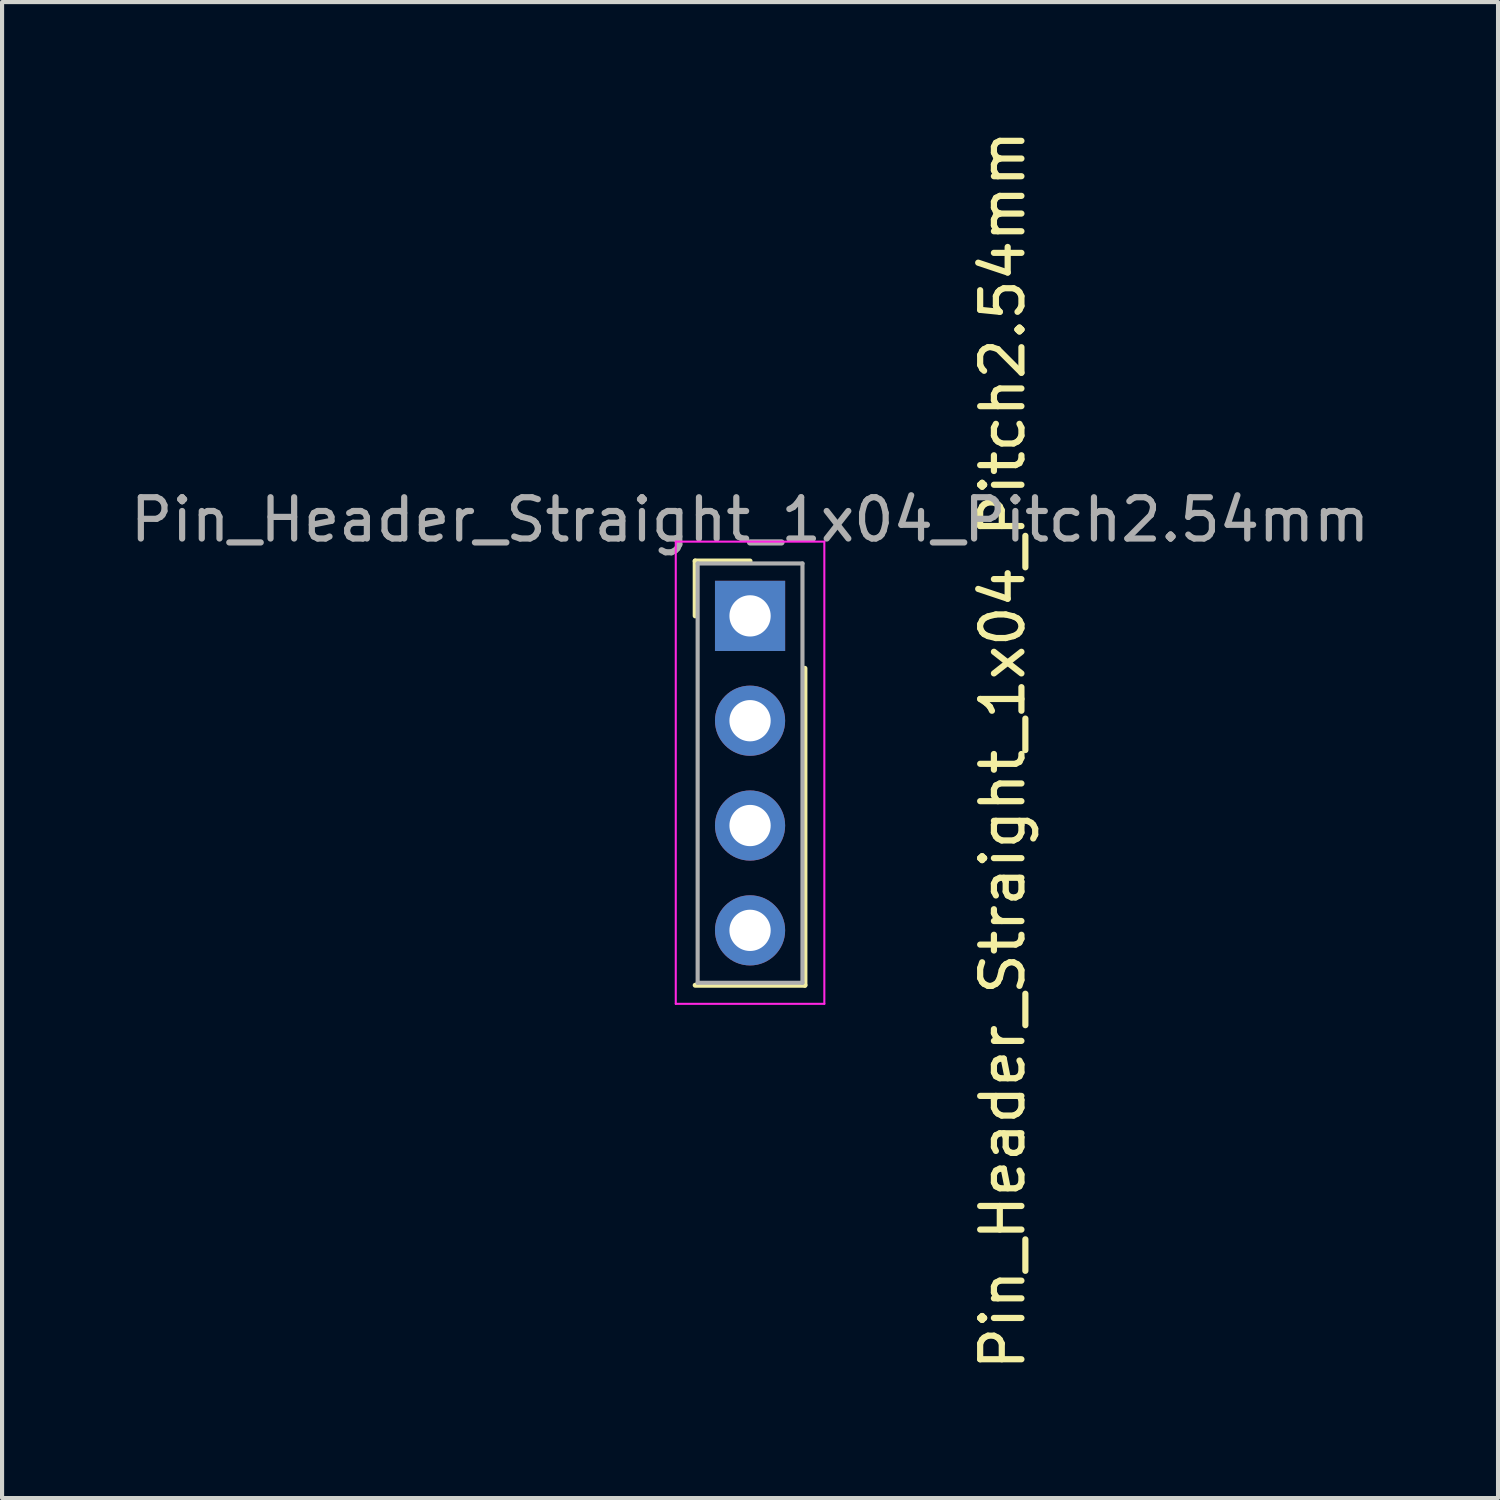
<source format=kicad_pcb>
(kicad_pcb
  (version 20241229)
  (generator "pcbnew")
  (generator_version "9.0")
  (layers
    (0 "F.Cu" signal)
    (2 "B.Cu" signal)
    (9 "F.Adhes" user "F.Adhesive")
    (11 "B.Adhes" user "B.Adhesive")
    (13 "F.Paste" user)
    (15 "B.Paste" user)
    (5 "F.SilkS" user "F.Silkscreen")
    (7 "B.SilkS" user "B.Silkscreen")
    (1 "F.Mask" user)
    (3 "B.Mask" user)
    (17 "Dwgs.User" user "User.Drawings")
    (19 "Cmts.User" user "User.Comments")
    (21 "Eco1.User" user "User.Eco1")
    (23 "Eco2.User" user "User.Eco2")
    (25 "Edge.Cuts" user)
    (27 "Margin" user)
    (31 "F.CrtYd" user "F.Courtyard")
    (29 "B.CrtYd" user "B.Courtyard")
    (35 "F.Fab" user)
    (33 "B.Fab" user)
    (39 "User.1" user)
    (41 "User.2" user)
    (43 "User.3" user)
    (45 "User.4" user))
  (footprint "Pin_Header_Straight_1x04_Pitch2.54mm"
    (layer "F.Cu")
    (at 15.125 11.874)
    (property "Reference" "Pin_Header_Straight_1x04_Pitch2.54mm" (at 6.121 3.251 90) (layer "F.SilkS") (effects (font (size 1 1) (thickness 0.15))))
    (attr through_hole)
    (fp_line (start -1.33 -1.33) (end 0 -1.33) (stroke (width 0.12) (type solid)) (layer "F.SilkS"))
    (fp_line (start -1.33 0) (end -1.33 -1.33) (stroke (width 0.12) (type solid)) (layer "F.SilkS"))
    (fp_line (start -1.33 8.95) (end 1.33 8.95) (stroke (width 0.12) (type solid)) (layer "F.SilkS"))
    (fp_line (start 1.33 8.95) (end 1.33 1.27) (stroke (width 0.12) (type solid)) (layer "F.SilkS"))
    (fp_line (start -1.8 -1.8) (end -1.8 9.4) (stroke (width 0.05) (type solid)) (layer "F.CrtYd"))
    (fp_line (start -1.8 9.4) (end 1.8 9.4) (stroke (width 0.05) (type solid)) (layer "F.CrtYd"))
    (fp_line (start 1.8 -1.8) (end -1.8 -1.8) (stroke (width 0.05) (type solid)) (layer "F.CrtYd"))
    (fp_line (start 1.8 9.4) (end 1.8 -1.8) (stroke (width 0.05) (type solid)) (layer "F.CrtYd"))
    (fp_line (start -1.27 -1.27) (end -1.27 8.89) (stroke (width 0.1) (type solid)) (layer "F.Fab"))
    (fp_line (start -1.27 8.89) (end 1.27 8.89) (stroke (width 0.1) (type solid)) (layer "F.Fab"))
    (fp_line (start 1.27 -1.27) (end -1.27 -1.27) (stroke (width 0.1) (type solid)) (layer "F.Fab"))
    (fp_line (start 1.27 8.89) (end 1.27 -1.27) (stroke (width 0.1) (type solid)) (layer "F.Fab"))
    (fp_text user "${REFERENCE}" (at 0 -2.33 0) (layer "F.Fab") (effects (font (size 1 1) (thickness 0.15))))
    (pad "1" thru_hole rect (at 0 0) (size 1.7 1.7) (drill 1) (layers "*.Cu" "*.Mask"))
    (pad "2" thru_hole oval (at 0 2.54) (size 1.7 1.7) (drill 1) (layers "*.Cu" "*.Mask"))
    (pad "3" thru_hole oval (at 0 5.08) (size 1.7 1.7) (drill 1) (layers "*.Cu" "*.Mask"))
    (pad "4" thru_hole oval (at 0 7.62) (size 1.7 1.7) (drill 1) (layers "*.Cu" "*.Mask")))
  (gr_rect
    (start -3 -3)
    (end 33.25 33.25)
    (stroke (width 0.1) (type default))
    (fill no)
    (layer "Edge.Cuts")))
</source>
